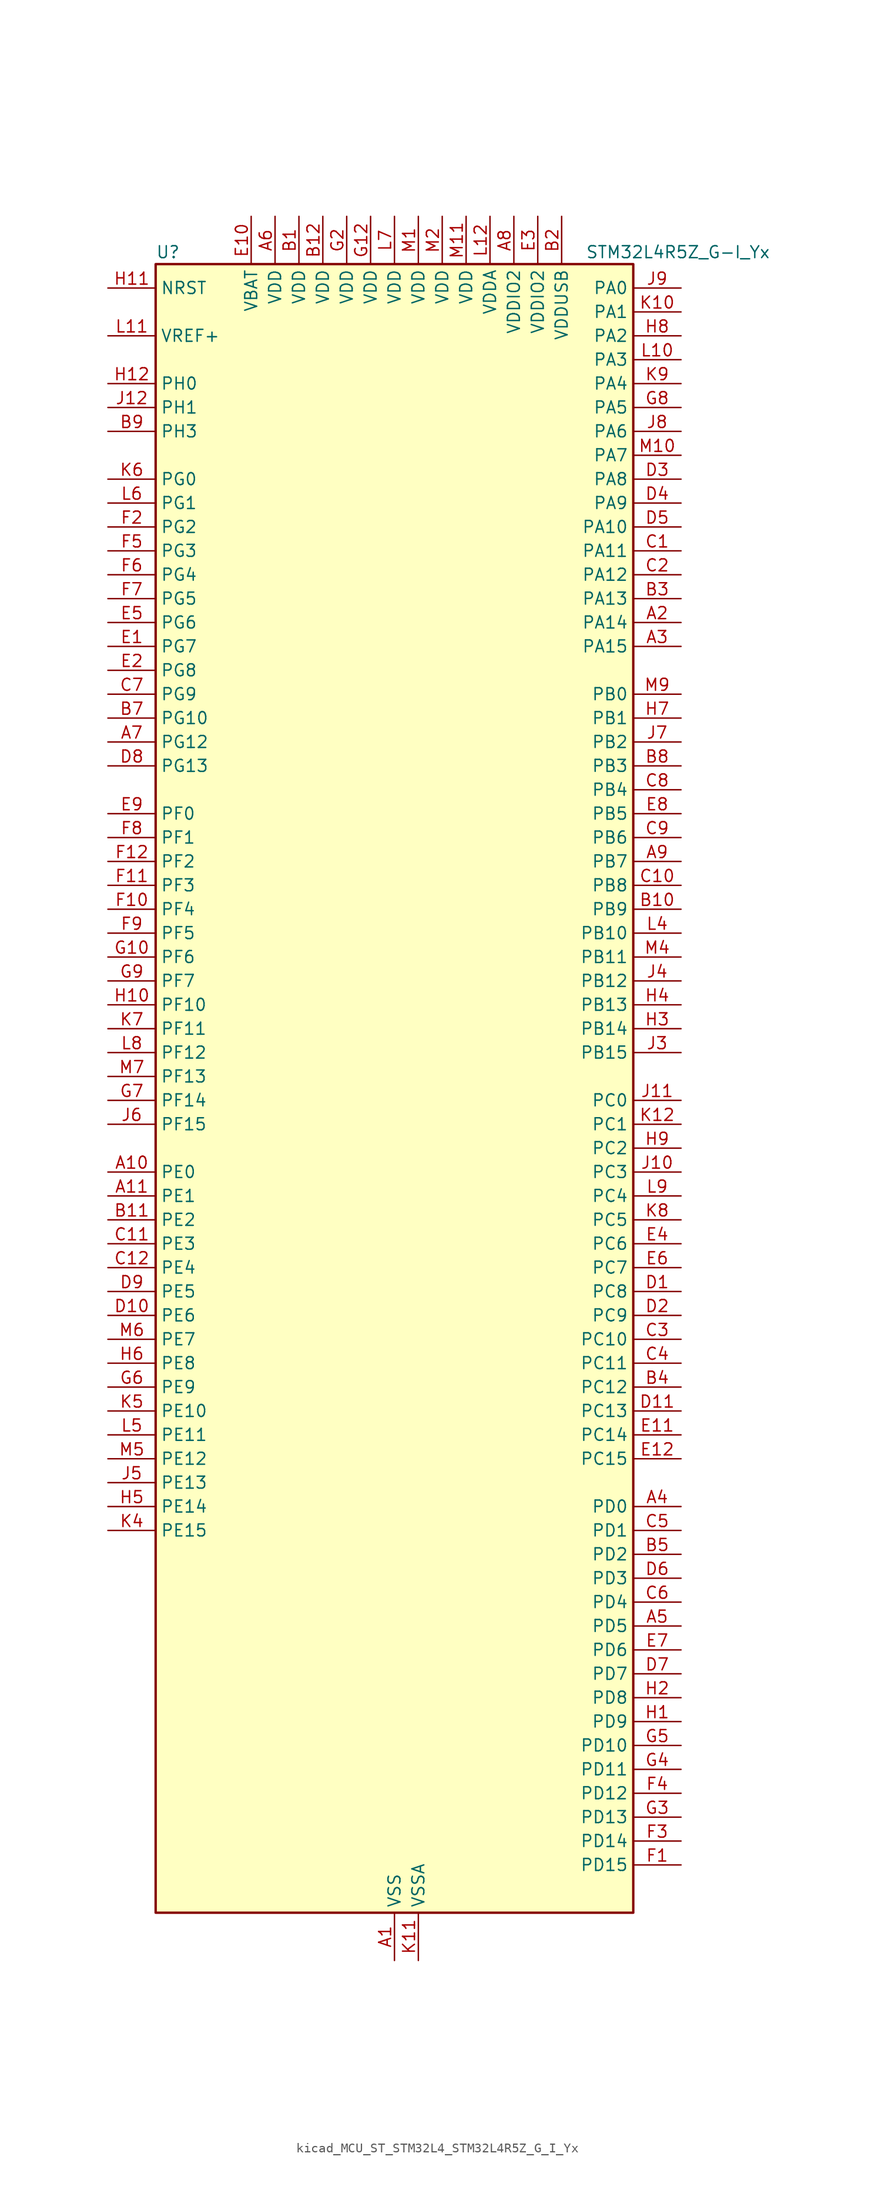
<source format=kicad_sym>
(kicad_symbol_lib
  (version 20220914)
  (generator kicad_symbol_editor)
  (symbol "kicad_MCU_ST_STM32L4_STM32L4R5Z_G_I_Yx"
    (property "Reference" "U"
      (at -25.4 90.17 0)
      (effects (font (size 1.27 1.27)) (justify left)))
    (property "Value" "STM32L4R5Z_G-I_Yx"
      (at 20.32 90.17 0)
      (effects (font (size 1.27 1.27)) (justify left)))
    (property "ki_locked" ""
      (at 0 0 0)
      (effects (font (size 1.27 1.27))))
    (symbol "kicad_MCU_ST_STM32L4_STM32L4R5Z_G_I_Yx_0_1"
      (rectangle (start -25.4 -86.36) (end 25.4 88.9) (stroke (width 0.254) (type default)) (fill (type background))))
    (symbol "kicad_MCU_ST_STM32L4_STM32L4R5Z_G_I_Yx_1_1"
      (pin power_in line (at 0 -91.44 90) (length 5.08) (name "VSS" (effects (font (size 1.27 1.27)))) (number "A1" (effects (font (size 1.27 1.27)))))
      (pin bidirectional line (at -30.48 -7.62 0) (length 5.08) (name "PE0" (effects (font (size 1.27 1.27)))) (number "A10" (effects (font (size 1.27 1.27)))) (alternate "DCMI_D2" bidirectional line) (alternate "FMC_NBL0" bidirectional line) (alternate "TIM16_CH1" bidirectional line) (alternate "TIM4_ETR" bidirectional line))
      (pin bidirectional line (at -30.48 -10.16 0) (length 5.08) (name "PE1" (effects (font (size 1.27 1.27)))) (number "A11" (effects (font (size 1.27 1.27)))) (alternate "DCMI_D3" bidirectional line) (alternate "FMC_NBL1" bidirectional line) (alternate "TIM17_CH1" bidirectional line))
      (pin passive line (at 0 -91.44 90) (length 5.08) hide (name "VSS" (effects (font (size 1.27 1.27)))) (number "A12" (effects (font (size 1.27 1.27)))))
      (pin bidirectional line (at 30.48 50.8 180) (length 5.08) (name "PA14" (effects (font (size 1.27 1.27)))) (number "A2" (effects (font (size 1.27 1.27)))) (alternate "I2C1_SMBA" bidirectional line) (alternate "I2C4_SMBA" bidirectional line) (alternate "LPTIM1_OUT" bidirectional line) (alternate "SAI1_FS_B" bidirectional line) (alternate "SYS_JTCK-SWCLK" bidirectional line) (alternate "USB_OTG_FS_SOF" bidirectional line))
      (pin bidirectional line (at 30.48 48.26 180) (length 5.08) (name "PA15" (effects (font (size 1.27 1.27)))) (number "A3" (effects (font (size 1.27 1.27)))) (alternate "ADC1_EXTI15" bidirectional line) (alternate "SAI2_FS_B" bidirectional line) (alternate "SPI1_NSS" bidirectional line) (alternate "SPI3_NSS" bidirectional line) (alternate "SYS_JTDI" bidirectional line) (alternate "TIM2_CH1" bidirectional line) (alternate "TIM2_ETR" bidirectional line) (alternate "TSC_G3_IO1" bidirectional line) (alternate "UART4_DE" bidirectional line) (alternate "UART4_RTS" bidirectional line) (alternate "USART2_RX" bidirectional line) (alternate "USART3_DE" bidirectional line) (alternate "USART3_RTS" bidirectional line))
      (pin bidirectional line (at 30.48 -43.18 180) (length 5.08) (name "PD0" (effects (font (size 1.27 1.27)))) (number "A4" (effects (font (size 1.27 1.27)))) (alternate "CAN1_RX" bidirectional line) (alternate "DFSDM1_DATIN7" bidirectional line) (alternate "FMC_D2" bidirectional line) (alternate "FMC_DA2" bidirectional line) (alternate "SPI2_NSS" bidirectional line))
      (pin bidirectional line (at 30.48 -55.88 180) (length 5.08) (name "PD5" (effects (font (size 1.27 1.27)))) (number "A5" (effects (font (size 1.27 1.27)))) (alternate "FMC_NWE" bidirectional line) (alternate "OCTOSPIM_P1_IO5" bidirectional line) (alternate "USART2_TX" bidirectional line))
      (pin power_in line (at -12.7 93.98 270) (length 5.08) (name "VDD" (effects (font (size 1.27 1.27)))) (number "A6" (effects (font (size 1.27 1.27)))))
      (pin bidirectional line (at -30.48 38.1 0) (length 5.08) (name "PG12" (effects (font (size 1.27 1.27)))) (number "A7" (effects (font (size 1.27 1.27)))) (alternate "FMC_NE4" bidirectional line) (alternate "LPTIM1_ETR" bidirectional line) (alternate "OCTOSPIM_P2_NCS" bidirectional line) (alternate "SAI2_SD_A" bidirectional line) (alternate "SPI3_NSS" bidirectional line) (alternate "USART1_DE" bidirectional line) (alternate "USART1_RTS" bidirectional line))
      (pin power_in line (at 12.7 93.98 270) (length 5.08) (name "VDDIO2" (effects (font (size 1.27 1.27)))) (number "A8" (effects (font (size 1.27 1.27)))))
      (pin bidirectional line (at 30.48 25.4 180) (length 5.08) (name "PB7" (effects (font (size 1.27 1.27)))) (number "A9" (effects (font (size 1.27 1.27)))) (alternate "COMP2_INM" bidirectional line) (alternate "DCMI_VSYNC" bidirectional line) (alternate "DFSDM1_CKIN5" bidirectional line) (alternate "FMC_NL" bidirectional line) (alternate "I2C1_SDA" bidirectional line) (alternate "I2C4_SDA" bidirectional line) (alternate "LPTIM1_IN2" bidirectional line) (alternate "SYS_PVD_IN" bidirectional line) (alternate "TIM17_CH1N" bidirectional line) (alternate "TIM4_CH2" bidirectional line) (alternate "TIM8_BKIN" bidirectional line) (alternate "TSC_G2_IO4" bidirectional line) (alternate "UART4_CTS" bidirectional line) (alternate "USART1_RX" bidirectional line))
      (pin power_in line (at -10.16 93.98 270) (length 5.08) (name "VDD" (effects (font (size 1.27 1.27)))) (number "B1" (effects (font (size 1.27 1.27)))))
      (pin bidirectional line (at 30.48 20.32 180) (length 5.08) (name "PB9" (effects (font (size 1.27 1.27)))) (number "B10" (effects (font (size 1.27 1.27)))) (alternate "CAN1_TX" bidirectional line) (alternate "DAC1_EXTI9" bidirectional line) (alternate "DCMI_D7" bidirectional line) (alternate "DFSDM1_CKIN6" bidirectional line) (alternate "I2C1_SDA" bidirectional line) (alternate "IR_OUT" bidirectional line) (alternate "SAI1_D2" bidirectional line) (alternate "SAI1_FS_A" bidirectional line) (alternate "SDMMC1_CDIR" bidirectional line) (alternate "SDMMC1_D5" bidirectional line) (alternate "SPI2_NSS" bidirectional line) (alternate "TIM17_CH1" bidirectional line) (alternate "TIM4_CH4" bidirectional line))
      (pin bidirectional line (at -30.48 -12.7 0) (length 5.08) (name "PE2" (effects (font (size 1.27 1.27)))) (number "B11" (effects (font (size 1.27 1.27)))) (alternate "FMC_A23" bidirectional line) (alternate "SAI1_CK1" bidirectional line) (alternate "SAI1_MCLK_A" bidirectional line) (alternate "SYS_TRACECLK" bidirectional line) (alternate "TIM3_ETR" bidirectional line) (alternate "TSC_G7_IO1" bidirectional line))
      (pin power_in line (at -7.62 93.98 270) (length 5.08) (name "VDD" (effects (font (size 1.27 1.27)))) (number "B12" (effects (font (size 1.27 1.27)))))
      (pin power_in line (at 17.78 93.98 270) (length 5.08) (name "VDDUSB" (effects (font (size 1.27 1.27)))) (number "B2" (effects (font (size 1.27 1.27)))))
      (pin bidirectional line (at 30.48 53.34 180) (length 5.08) (name "PA13" (effects (font (size 1.27 1.27)))) (number "B3" (effects (font (size 1.27 1.27)))) (alternate "IR_OUT" bidirectional line) (alternate "SAI1_SD_B" bidirectional line) (alternate "SYS_JTMS-SWDIO" bidirectional line) (alternate "USB_OTG_FS_NOE" bidirectional line))
      (pin bidirectional line (at 30.48 -30.48 180) (length 5.08) (name "PC12" (effects (font (size 1.27 1.27)))) (number "B4" (effects (font (size 1.27 1.27)))) (alternate "DCMI_D9" bidirectional line) (alternate "SAI2_SD_B" bidirectional line) (alternate "SDMMC1_CK" bidirectional line) (alternate "SPI3_MOSI" bidirectional line) (alternate "SYS_TRACED3" bidirectional line) (alternate "TSC_G3_IO4" bidirectional line) (alternate "UART5_TX" bidirectional line) (alternate "USART3_CK" bidirectional line))
      (pin bidirectional line (at 30.48 -48.26 180) (length 5.08) (name "PD2" (effects (font (size 1.27 1.27)))) (number "B5" (effects (font (size 1.27 1.27)))) (alternate "DCMI_D11" bidirectional line) (alternate "SDMMC1_CMD" bidirectional line) (alternate "SYS_TRACED2" bidirectional line) (alternate "TIM3_ETR" bidirectional line) (alternate "TSC_SYNC" bidirectional line) (alternate "UART5_RX" bidirectional line) (alternate "USART3_DE" bidirectional line) (alternate "USART3_RTS" bidirectional line))
      (pin passive line (at 0 -91.44 90) (length 5.08) hide (name "VSS" (effects (font (size 1.27 1.27)))) (number "B6" (effects (font (size 1.27 1.27)))))
      (pin bidirectional line (at -30.48 40.64 0) (length 5.08) (name "PG10" (effects (font (size 1.27 1.27)))) (number "B7" (effects (font (size 1.27 1.27)))) (alternate "FMC_NE3" bidirectional line) (alternate "LPTIM1_IN1" bidirectional line) (alternate "OCTOSPIM_P2_IO7" bidirectional line) (alternate "SAI2_FS_A" bidirectional line) (alternate "SPI3_MISO" bidirectional line) (alternate "TIM15_CH1" bidirectional line) (alternate "USART1_RX" bidirectional line))
      (pin bidirectional line (at 30.48 35.56 180) (length 5.08) (name "PB3" (effects (font (size 1.27 1.27)))) (number "B8" (effects (font (size 1.27 1.27)))) (alternate "COMP2_INM" bidirectional line) (alternate "CRS_SYNC" bidirectional line) (alternate "SAI1_SCK_B" bidirectional line) (alternate "SPI1_SCK" bidirectional line) (alternate "SPI3_SCK" bidirectional line) (alternate "SYS_JTDO-SWO" bidirectional line) (alternate "TIM2_CH2" bidirectional line) (alternate "USART1_DE" bidirectional line) (alternate "USART1_RTS" bidirectional line))
      (pin bidirectional line (at -30.48 71.12 0) (length 5.08) (name "PH3" (effects (font (size 1.27 1.27)))) (number "B9" (effects (font (size 1.27 1.27)))))
      (pin bidirectional line (at 30.48 58.42 180) (length 5.08) (name "PA11" (effects (font (size 1.27 1.27)))) (number "C1" (effects (font (size 1.27 1.27)))) (alternate "ADC1_EXTI11" bidirectional line) (alternate "CAN1_RX" bidirectional line) (alternate "SPI1_MISO" bidirectional line) (alternate "TIM1_BKIN2" bidirectional line) (alternate "TIM1_CH4" bidirectional line) (alternate "USART1_CTS" bidirectional line) (alternate "USART1_NSS" bidirectional line) (alternate "USB_OTG_FS_DM" bidirectional line))
      (pin bidirectional line (at 30.48 22.86 180) (length 5.08) (name "PB8" (effects (font (size 1.27 1.27)))) (number "C10" (effects (font (size 1.27 1.27)))) (alternate "CAN1_RX" bidirectional line) (alternate "DCMI_D6" bidirectional line) (alternate "DFSDM1_CKOUT" bidirectional line) (alternate "DFSDM1_DATIN6" bidirectional line) (alternate "I2C1_SCL" bidirectional line) (alternate "SAI1_CK1" bidirectional line) (alternate "SAI1_MCLK_A" bidirectional line) (alternate "SDMMC1_CKIN" bidirectional line) (alternate "SDMMC1_D4" bidirectional line) (alternate "TIM16_CH1" bidirectional line) (alternate "TIM4_CH3" bidirectional line))
      (pin bidirectional line (at -30.48 -15.24 0) (length 5.08) (name "PE3" (effects (font (size 1.27 1.27)))) (number "C11" (effects (font (size 1.27 1.27)))) (alternate "FMC_A19" bidirectional line) (alternate "OCTOSPIM_P1_DQS" bidirectional line) (alternate "SAI1_SD_B" bidirectional line) (alternate "SYS_TRACED0" bidirectional line) (alternate "TIM3_CH1" bidirectional line) (alternate "TSC_G7_IO2" bidirectional line))
      (pin bidirectional line (at -30.48 -17.78 0) (length 5.08) (name "PE4" (effects (font (size 1.27 1.27)))) (number "C12" (effects (font (size 1.27 1.27)))) (alternate "DCMI_D4" bidirectional line) (alternate "DFSDM1_DATIN3" bidirectional line) (alternate "FMC_A20" bidirectional line) (alternate "SAI1_D2" bidirectional line) (alternate "SAI1_FS_A" bidirectional line) (alternate "SYS_TRACED1" bidirectional line) (alternate "TIM3_CH2" bidirectional line) (alternate "TSC_G7_IO3" bidirectional line))
      (pin bidirectional line (at 30.48 55.88 180) (length 5.08) (name "PA12" (effects (font (size 1.27 1.27)))) (number "C2" (effects (font (size 1.27 1.27)))) (alternate "CAN1_TX" bidirectional line) (alternate "SPI1_MOSI" bidirectional line) (alternate "TIM1_ETR" bidirectional line) (alternate "USART1_DE" bidirectional line) (alternate "USART1_RTS" bidirectional line) (alternate "USB_OTG_FS_DP" bidirectional line))
      (pin bidirectional line (at 30.48 -25.4 180) (length 5.08) (name "PC10" (effects (font (size 1.27 1.27)))) (number "C3" (effects (font (size 1.27 1.27)))) (alternate "DCMI_D8" bidirectional line) (alternate "SAI2_SCK_B" bidirectional line) (alternate "SDMMC1_D2" bidirectional line) (alternate "SPI3_SCK" bidirectional line) (alternate "SYS_TRACED1" bidirectional line) (alternate "TSC_G3_IO2" bidirectional line) (alternate "UART4_TX" bidirectional line) (alternate "USART3_TX" bidirectional line))
      (pin bidirectional line (at 30.48 -27.94 180) (length 5.08) (name "PC11" (effects (font (size 1.27 1.27)))) (number "C4" (effects (font (size 1.27 1.27)))) (alternate "ADC1_EXTI11" bidirectional line) (alternate "DCMI_D2" bidirectional line) (alternate "DCMI_D4" bidirectional line) (alternate "OCTOSPIM_P1_NCS" bidirectional line) (alternate "SAI2_MCLK_B" bidirectional line) (alternate "SDMMC1_D3" bidirectional line) (alternate "SPI3_MISO" bidirectional line) (alternate "TSC_G3_IO3" bidirectional line) (alternate "UART4_RX" bidirectional line) (alternate "USART3_RX" bidirectional line))
      (pin bidirectional line (at 30.48 -45.72 180) (length 5.08) (name "PD1" (effects (font (size 1.27 1.27)))) (number "C5" (effects (font (size 1.27 1.27)))) (alternate "CAN1_TX" bidirectional line) (alternate "DFSDM1_CKIN7" bidirectional line) (alternate "FMC_D3" bidirectional line) (alternate "FMC_DA3" bidirectional line) (alternate "SPI2_SCK" bidirectional line))
      (pin bidirectional line (at 30.48 -53.34 180) (length 5.08) (name "PD4" (effects (font (size 1.27 1.27)))) (number "C6" (effects (font (size 1.27 1.27)))) (alternate "DFSDM1_CKIN0" bidirectional line) (alternate "FMC_NOE" bidirectional line) (alternate "OCTOSPIM_P1_IO4" bidirectional line) (alternate "SPI2_MOSI" bidirectional line) (alternate "USART2_DE" bidirectional line) (alternate "USART2_RTS" bidirectional line))
      (pin bidirectional line (at -30.48 43.18 0) (length 5.08) (name "PG9" (effects (font (size 1.27 1.27)))) (number "C7" (effects (font (size 1.27 1.27)))) (alternate "DAC1_EXTI9" bidirectional line) (alternate "FMC_NCE" bidirectional line) (alternate "FMC_NE2" bidirectional line) (alternate "OCTOSPIM_P2_IO6" bidirectional line) (alternate "SAI2_SCK_A" bidirectional line) (alternate "SPI3_SCK" bidirectional line) (alternate "TIM15_CH1N" bidirectional line) (alternate "USART1_TX" bidirectional line))
      (pin bidirectional line (at 30.48 33.02 180) (length 5.08) (name "PB4" (effects (font (size 1.27 1.27)))) (number "C8" (effects (font (size 1.27 1.27)))) (alternate "COMP2_INP" bidirectional line) (alternate "DCMI_D12" bidirectional line) (alternate "I2C3_SDA" bidirectional line) (alternate "SAI1_MCLK_B" bidirectional line) (alternate "SPI1_MISO" bidirectional line) (alternate "SPI3_MISO" bidirectional line) (alternate "SYS_JTRST" bidirectional line) (alternate "TIM17_BKIN" bidirectional line) (alternate "TIM3_CH1" bidirectional line) (alternate "TSC_G2_IO1" bidirectional line) (alternate "UART5_DE" bidirectional line) (alternate "UART5_RTS" bidirectional line) (alternate "USART1_CTS" bidirectional line) (alternate "USART1_NSS" bidirectional line))
      (pin bidirectional line (at 30.48 27.94 180) (length 5.08) (name "PB6" (effects (font (size 1.27 1.27)))) (number "C9" (effects (font (size 1.27 1.27)))) (alternate "COMP2_INP" bidirectional line) (alternate "DCMI_D5" bidirectional line) (alternate "DFSDM1_DATIN5" bidirectional line) (alternate "I2C1_SCL" bidirectional line) (alternate "I2C4_SCL" bidirectional line) (alternate "LPTIM1_ETR" bidirectional line) (alternate "SAI1_FS_B" bidirectional line) (alternate "TIM16_CH1N" bidirectional line) (alternate "TIM4_CH1" bidirectional line) (alternate "TIM8_BKIN2" bidirectional line) (alternate "TSC_G2_IO3" bidirectional line) (alternate "USART1_TX" bidirectional line))
      (pin bidirectional line (at 30.48 -20.32 180) (length 5.08) (name "PC8" (effects (font (size 1.27 1.27)))) (number "D1" (effects (font (size 1.27 1.27)))) (alternate "DCMI_D2" bidirectional line) (alternate "SDMMC1_D0" bidirectional line) (alternate "TIM3_CH3" bidirectional line) (alternate "TIM8_CH3" bidirectional line) (alternate "TSC_G4_IO3" bidirectional line))
      (pin bidirectional line (at -30.48 -22.86 0) (length 5.08) (name "PE6" (effects (font (size 1.27 1.27)))) (number "D10" (effects (font (size 1.27 1.27)))) (alternate "DCMI_D7" bidirectional line) (alternate "FMC_A22" bidirectional line) (alternate "RTC_TAMP3" bidirectional line) (alternate "SAI1_D1" bidirectional line) (alternate "SAI1_SD_A" bidirectional line) (alternate "SYS_TRACED3" bidirectional line) (alternate "SYS_WKUP3" bidirectional line) (alternate "TIM3_CH4" bidirectional line))
      (pin bidirectional line (at 30.48 -33.02 180) (length 5.08) (name "PC13" (effects (font (size 1.27 1.27)))) (number "D11" (effects (font (size 1.27 1.27)))) (alternate "RTC_OUT_ALARM" bidirectional line) (alternate "RTC_OUT_CALIB" bidirectional line) (alternate "RTC_TAMP1" bidirectional line) (alternate "RTC_TS" bidirectional line) (alternate "SYS_WKUP2" bidirectional line))
      (pin passive line (at 0 -91.44 90) (length 5.08) hide (name "VSS" (effects (font (size 1.27 1.27)))) (number "D12" (effects (font (size 1.27 1.27)))))
      (pin bidirectional line (at 30.48 -22.86 180) (length 5.08) (name "PC9" (effects (font (size 1.27 1.27)))) (number "D2" (effects (font (size 1.27 1.27)))) (alternate "DAC1_EXTI9" bidirectional line) (alternate "DCMI_D3" bidirectional line) (alternate "I2C3_SDA" bidirectional line) (alternate "SAI2_EXTCLK" bidirectional line) (alternate "SDMMC1_D1" bidirectional line) (alternate "SYS_TRACED0" bidirectional line) (alternate "TIM3_CH4" bidirectional line) (alternate "TIM8_BKIN2" bidirectional line) (alternate "TIM8_CH4" bidirectional line) (alternate "TSC_G4_IO4" bidirectional line) (alternate "USB_OTG_FS_NOE" bidirectional line))
      (pin bidirectional line (at 30.48 66.04 180) (length 5.08) (name "PA8" (effects (font (size 1.27 1.27)))) (number "D3" (effects (font (size 1.27 1.27)))) (alternate "LPTIM2_OUT" bidirectional line) (alternate "RCC_MCO" bidirectional line) (alternate "SAI1_CK2" bidirectional line) (alternate "SAI1_SCK_A" bidirectional line) (alternate "TIM1_CH1" bidirectional line) (alternate "USART1_CK" bidirectional line) (alternate "USB_OTG_FS_SOF" bidirectional line))
      (pin bidirectional line (at 30.48 63.5 180) (length 5.08) (name "PA9" (effects (font (size 1.27 1.27)))) (number "D4" (effects (font (size 1.27 1.27)))) (alternate "DAC1_EXTI9" bidirectional line) (alternate "DCMI_D0" bidirectional line) (alternate "SAI1_FS_A" bidirectional line) (alternate "SPI2_SCK" bidirectional line) (alternate "TIM15_BKIN" bidirectional line) (alternate "TIM1_CH2" bidirectional line) (alternate "USART1_TX" bidirectional line) (alternate "USB_OTG_FS_VBUS" bidirectional line))
      (pin bidirectional line (at 30.48 60.96 180) (length 5.08) (name "PA10" (effects (font (size 1.27 1.27)))) (number "D5" (effects (font (size 1.27 1.27)))) (alternate "DCMI_D1" bidirectional line) (alternate "SAI1_D1" bidirectional line) (alternate "SAI1_SD_A" bidirectional line) (alternate "TIM17_BKIN" bidirectional line) (alternate "TIM1_CH3" bidirectional line) (alternate "USART1_RX" bidirectional line) (alternate "USB_OTG_FS_ID" bidirectional line))
      (pin bidirectional line (at 30.48 -50.8 180) (length 5.08) (name "PD3" (effects (font (size 1.27 1.27)))) (number "D6" (effects (font (size 1.27 1.27)))) (alternate "DCMI_D5" bidirectional line) (alternate "DFSDM1_DATIN0" bidirectional line) (alternate "FMC_CLK" bidirectional line) (alternate "OCTOSPIM_P2_NCS" bidirectional line) (alternate "SPI2_MISO" bidirectional line) (alternate "SPI2_SCK" bidirectional line) (alternate "USART2_CTS" bidirectional line) (alternate "USART2_NSS" bidirectional line))
      (pin bidirectional line (at 30.48 -60.96 180) (length 5.08) (name "PD7" (effects (font (size 1.27 1.27)))) (number "D7" (effects (font (size 1.27 1.27)))) (alternate "DFSDM1_CKIN1" bidirectional line) (alternate "FMC_NCE" bidirectional line) (alternate "FMC_NE1" bidirectional line) (alternate "OCTOSPIM_P1_IO7" bidirectional line) (alternate "USART2_CK" bidirectional line))
      (pin bidirectional line (at -30.48 35.56 0) (length 5.08) (name "PG13" (effects (font (size 1.27 1.27)))) (number "D8" (effects (font (size 1.27 1.27)))) (alternate "FMC_A24" bidirectional line) (alternate "I2C1_SDA" bidirectional line) (alternate "USART1_CK" bidirectional line))
      (pin bidirectional line (at -30.48 -20.32 0) (length 5.08) (name "PE5" (effects (font (size 1.27 1.27)))) (number "D9" (effects (font (size 1.27 1.27)))) (alternate "DCMI_D6" bidirectional line) (alternate "DFSDM1_CKIN3" bidirectional line) (alternate "FMC_A21" bidirectional line) (alternate "SAI1_CK2" bidirectional line) (alternate "SAI1_SCK_A" bidirectional line) (alternate "SYS_TRACED2" bidirectional line) (alternate "TIM3_CH3" bidirectional line) (alternate "TSC_G7_IO4" bidirectional line))
      (pin bidirectional line (at -30.48 48.26 0) (length 5.08) (name "PG7" (effects (font (size 1.27 1.27)))) (number "E1" (effects (font (size 1.27 1.27)))) (alternate "DFSDM1_CKOUT" bidirectional line) (alternate "FMC_INT" bidirectional line) (alternate "I2C3_SCL" bidirectional line) (alternate "LPUART1_TX" bidirectional line) (alternate "OCTOSPIM_P2_DQS" bidirectional line) (alternate "SAI1_CK1" bidirectional line) (alternate "SAI1_MCLK_A" bidirectional line))
      (pin power_in line (at -15.24 93.98 270) (length 5.08) (name "VBAT" (effects (font (size 1.27 1.27)))) (number "E10" (effects (font (size 1.27 1.27)))))
      (pin bidirectional line (at 30.48 -35.56 180) (length 5.08) (name "PC14" (effects (font (size 1.27 1.27)))) (number "E11" (effects (font (size 1.27 1.27)))) (alternate "RCC_OSC32_IN" bidirectional line))
      (pin bidirectional line (at 30.48 -38.1 180) (length 5.08) (name "PC15" (effects (font (size 1.27 1.27)))) (number "E12" (effects (font (size 1.27 1.27)))) (alternate "ADC1_EXTI15" bidirectional line) (alternate "RCC_OSC32_OUT" bidirectional line))
      (pin bidirectional line (at -30.48 45.72 0) (length 5.08) (name "PG8" (effects (font (size 1.27 1.27)))) (number "E2" (effects (font (size 1.27 1.27)))) (alternate "I2C3_SDA" bidirectional line) (alternate "LPUART1_RX" bidirectional line))
      (pin power_in line (at 15.24 93.98 270) (length 5.08) (name "VDDIO2" (effects (font (size 1.27 1.27)))) (number "E3" (effects (font (size 1.27 1.27)))))
      (pin bidirectional line (at 30.48 -15.24 180) (length 5.08) (name "PC6" (effects (font (size 1.27 1.27)))) (number "E4" (effects (font (size 1.27 1.27)))) (alternate "DCMI_D0" bidirectional line) (alternate "DFSDM1_CKIN3" bidirectional line) (alternate "SAI2_MCLK_A" bidirectional line) (alternate "SDMMC1_D0DIR" bidirectional line) (alternate "SDMMC1_D6" bidirectional line) (alternate "TIM3_CH1" bidirectional line) (alternate "TIM8_CH1" bidirectional line) (alternate "TSC_G4_IO1" bidirectional line))
      (pin bidirectional line (at -30.48 50.8 0) (length 5.08) (name "PG6" (effects (font (size 1.27 1.27)))) (number "E5" (effects (font (size 1.27 1.27)))) (alternate "I2C3_SMBA" bidirectional line) (alternate "LPUART1_DE" bidirectional line) (alternate "LPUART1_RTS" bidirectional line) (alternate "OCTOSPIM_P1_DQS" bidirectional line))
      (pin bidirectional line (at 30.48 -17.78 180) (length 5.08) (name "PC7" (effects (font (size 1.27 1.27)))) (number "E6" (effects (font (size 1.27 1.27)))) (alternate "DCMI_D1" bidirectional line) (alternate "DFSDM1_DATIN3" bidirectional line) (alternate "SAI2_MCLK_B" bidirectional line) (alternate "SDMMC1_D123DIR" bidirectional line) (alternate "SDMMC1_D7" bidirectional line) (alternate "TIM3_CH2" bidirectional line) (alternate "TIM8_CH2" bidirectional line) (alternate "TSC_G4_IO2" bidirectional line))
      (pin bidirectional line (at 30.48 -58.42 180) (length 5.08) (name "PD6" (effects (font (size 1.27 1.27)))) (number "E7" (effects (font (size 1.27 1.27)))) (alternate "DCMI_D10" bidirectional line) (alternate "DFSDM1_DATIN1" bidirectional line) (alternate "FMC_NWAIT" bidirectional line) (alternate "OCTOSPIM_P1_IO6" bidirectional line) (alternate "SAI1_D1" bidirectional line) (alternate "SAI1_SD_A" bidirectional line) (alternate "SPI3_MOSI" bidirectional line) (alternate "USART2_RX" bidirectional line))
      (pin bidirectional line (at 30.48 30.48 180) (length 5.08) (name "PB5" (effects (font (size 1.27 1.27)))) (number "E8" (effects (font (size 1.27 1.27)))) (alternate "COMP2_OUT" bidirectional line) (alternate "DCMI_D10" bidirectional line) (alternate "I2C1_SMBA" bidirectional line) (alternate "LPTIM1_IN1" bidirectional line) (alternate "SAI1_SD_B" bidirectional line) (alternate "SPI1_MOSI" bidirectional line) (alternate "SPI3_MOSI" bidirectional line) (alternate "TIM16_BKIN" bidirectional line) (alternate "TIM3_CH2" bidirectional line) (alternate "TSC_G2_IO2" bidirectional line) (alternate "UART5_CTS" bidirectional line) (alternate "USART1_CK" bidirectional line))
      (pin bidirectional line (at -30.48 30.48 0) (length 5.08) (name "PF0" (effects (font (size 1.27 1.27)))) (number "E9" (effects (font (size 1.27 1.27)))) (alternate "FMC_A0" bidirectional line) (alternate "I2C2_SDA" bidirectional line) (alternate "OCTOSPIM_P2_IO0" bidirectional line))
      (pin bidirectional line (at 30.48 -81.28 180) (length 5.08) (name "PD15" (effects (font (size 1.27 1.27)))) (number "F1" (effects (font (size 1.27 1.27)))) (alternate "ADC1_EXTI15" bidirectional line) (alternate "FMC_D1" bidirectional line) (alternate "FMC_DA1" bidirectional line) (alternate "TIM4_CH4" bidirectional line))
      (pin bidirectional line (at -30.48 20.32 0) (length 5.08) (name "PF4" (effects (font (size 1.27 1.27)))) (number "F10" (effects (font (size 1.27 1.27)))) (alternate "FMC_A4" bidirectional line) (alternate "OCTOSPIM_P2_CLK" bidirectional line))
      (pin bidirectional line (at -30.48 22.86 0) (length 5.08) (name "PF3" (effects (font (size 1.27 1.27)))) (number "F11" (effects (font (size 1.27 1.27)))) (alternate "FMC_A3" bidirectional line) (alternate "OCTOSPIM_P2_IO3" bidirectional line))
      (pin bidirectional line (at -30.48 25.4 0) (length 5.08) (name "PF2" (effects (font (size 1.27 1.27)))) (number "F12" (effects (font (size 1.27 1.27)))) (alternate "FMC_A2" bidirectional line) (alternate "I2C2_SMBA" bidirectional line) (alternate "OCTOSPIM_P2_IO2" bidirectional line))
      (pin bidirectional line (at -30.48 60.96 0) (length 5.08) (name "PG2" (effects (font (size 1.27 1.27)))) (number "F2" (effects (font (size 1.27 1.27)))) (alternate "FMC_A12" bidirectional line) (alternate "SAI2_SCK_B" bidirectional line) (alternate "SPI1_SCK" bidirectional line))
      (pin bidirectional line (at 30.48 -78.74 180) (length 5.08) (name "PD14" (effects (font (size 1.27 1.27)))) (number "F3" (effects (font (size 1.27 1.27)))) (alternate "FMC_D0" bidirectional line) (alternate "FMC_DA0" bidirectional line) (alternate "TIM4_CH3" bidirectional line))
      (pin bidirectional line (at 30.48 -73.66 180) (length 5.08) (name "PD12" (effects (font (size 1.27 1.27)))) (number "F4" (effects (font (size 1.27 1.27)))) (alternate "FMC_A17" bidirectional line) (alternate "FMC_ALE" bidirectional line) (alternate "I2C4_SCL" bidirectional line) (alternate "LPTIM2_IN1" bidirectional line) (alternate "SAI2_FS_A" bidirectional line) (alternate "TIM4_CH1" bidirectional line) (alternate "TSC_G6_IO3" bidirectional line) (alternate "USART3_DE" bidirectional line) (alternate "USART3_RTS" bidirectional line))
      (pin bidirectional line (at -30.48 58.42 0) (length 5.08) (name "PG3" (effects (font (size 1.27 1.27)))) (number "F5" (effects (font (size 1.27 1.27)))) (alternate "FMC_A13" bidirectional line) (alternate "SAI2_FS_B" bidirectional line) (alternate "SPI1_MISO" bidirectional line))
      (pin bidirectional line (at -30.48 55.88 0) (length 5.08) (name "PG4" (effects (font (size 1.27 1.27)))) (number "F6" (effects (font (size 1.27 1.27)))) (alternate "FMC_A14" bidirectional line) (alternate "SAI2_MCLK_B" bidirectional line) (alternate "SPI1_MOSI" bidirectional line))
      (pin bidirectional line (at -30.48 53.34 0) (length 5.08) (name "PG5" (effects (font (size 1.27 1.27)))) (number "F7" (effects (font (size 1.27 1.27)))) (alternate "FMC_A15" bidirectional line) (alternate "LPUART1_CTS" bidirectional line) (alternate "SAI2_SD_B" bidirectional line) (alternate "SPI1_NSS" bidirectional line))
      (pin bidirectional line (at -30.48 27.94 0) (length 5.08) (name "PF1" (effects (font (size 1.27 1.27)))) (number "F8" (effects (font (size 1.27 1.27)))) (alternate "FMC_A1" bidirectional line) (alternate "I2C2_SCL" bidirectional line) (alternate "OCTOSPIM_P2_IO1" bidirectional line))
      (pin bidirectional line (at -30.48 17.78 0) (length 5.08) (name "PF5" (effects (font (size 1.27 1.27)))) (number "F9" (effects (font (size 1.27 1.27)))) (alternate "FMC_A5" bidirectional line))
      (pin passive line (at 0 -91.44 90) (length 5.08) hide (name "VSS" (effects (font (size 1.27 1.27)))) (number "G1" (effects (font (size 1.27 1.27)))))
      (pin bidirectional line (at -30.48 15.24 0) (length 5.08) (name "PF6" (effects (font (size 1.27 1.27)))) (number "G10" (effects (font (size 1.27 1.27)))) (alternate "OCTOSPIM_P1_IO3" bidirectional line) (alternate "SAI1_SD_B" bidirectional line) (alternate "TIM5_CH1" bidirectional line) (alternate "TIM5_ETR" bidirectional line))
      (pin passive line (at 0 -91.44 90) (length 5.08) hide (name "VSS" (effects (font (size 1.27 1.27)))) (number "G11" (effects (font (size 1.27 1.27)))))
      (pin power_in line (at -2.54 93.98 270) (length 5.08) (name "VDD" (effects (font (size 1.27 1.27)))) (number "G12" (effects (font (size 1.27 1.27)))))
      (pin power_in line (at -5.08 93.98 270) (length 5.08) (name "VDD" (effects (font (size 1.27 1.27)))) (number "G2" (effects (font (size 1.27 1.27)))))
      (pin bidirectional line (at 30.48 -76.2 180) (length 5.08) (name "PD13" (effects (font (size 1.27 1.27)))) (number "G3" (effects (font (size 1.27 1.27)))) (alternate "FMC_A18" bidirectional line) (alternate "I2C4_SDA" bidirectional line) (alternate "LPTIM2_OUT" bidirectional line) (alternate "TIM4_CH2" bidirectional line) (alternate "TSC_G6_IO4" bidirectional line))
      (pin bidirectional line (at 30.48 -71.12 180) (length 5.08) (name "PD11" (effects (font (size 1.27 1.27)))) (number "G4" (effects (font (size 1.27 1.27)))) (alternate "ADC1_EXTI11" bidirectional line) (alternate "FMC_A16" bidirectional line) (alternate "FMC_CLE" bidirectional line) (alternate "I2C4_SMBA" bidirectional line) (alternate "LPTIM2_ETR" bidirectional line) (alternate "SAI2_SD_A" bidirectional line) (alternate "TSC_G6_IO2" bidirectional line) (alternate "USART3_CTS" bidirectional line) (alternate "USART3_NSS" bidirectional line))
      (pin bidirectional line (at 30.48 -68.58 180) (length 5.08) (name "PD10" (effects (font (size 1.27 1.27)))) (number "G5" (effects (font (size 1.27 1.27)))) (alternate "FMC_D15" bidirectional line) (alternate "FMC_DA15" bidirectional line) (alternate "SAI2_SCK_A" bidirectional line) (alternate "TSC_G6_IO1" bidirectional line) (alternate "USART3_CK" bidirectional line))
      (pin bidirectional line (at -30.48 -30.48 0) (length 5.08) (name "PE9" (effects (font (size 1.27 1.27)))) (number "G6" (effects (font (size 1.27 1.27)))) (alternate "DAC1_EXTI9" bidirectional line) (alternate "DFSDM1_CKOUT" bidirectional line) (alternate "FMC_D6" bidirectional line) (alternate "FMC_DA6" bidirectional line) (alternate "SAI1_FS_B" bidirectional line) (alternate "TIM1_CH1" bidirectional line))
      (pin bidirectional line (at -30.48 0 0) (length 5.08) (name "PF14" (effects (font (size 1.27 1.27)))) (number "G7" (effects (font (size 1.27 1.27)))) (alternate "DFSDM1_CKIN6" bidirectional line) (alternate "FMC_A8" bidirectional line) (alternate "I2C4_SCL" bidirectional line) (alternate "TSC_G8_IO1" bidirectional line))
      (pin bidirectional line (at 30.48 73.66 180) (length 5.08) (name "PA5" (effects (font (size 1.27 1.27)))) (number "G8" (effects (font (size 1.27 1.27)))) (alternate "ADC1_IN10" bidirectional line) (alternate "DAC1_OUT2" bidirectional line) (alternate "LPTIM2_ETR" bidirectional line) (alternate "SPI1_SCK" bidirectional line) (alternate "TIM2_CH1" bidirectional line) (alternate "TIM2_ETR" bidirectional line) (alternate "TIM8_CH1N" bidirectional line))
      (pin bidirectional line (at -30.48 12.7 0) (length 5.08) (name "PF7" (effects (font (size 1.27 1.27)))) (number "G9" (effects (font (size 1.27 1.27)))) (alternate "OCTOSPIM_P1_IO2" bidirectional line) (alternate "SAI1_MCLK_B" bidirectional line) (alternate "TIM5_CH2" bidirectional line))
      (pin bidirectional line (at 30.48 -66.04 180) (length 5.08) (name "PD9" (effects (font (size 1.27 1.27)))) (number "H1" (effects (font (size 1.27 1.27)))) (alternate "DAC1_EXTI9" bidirectional line) (alternate "DCMI_PIXCLK" bidirectional line) (alternate "FMC_D14" bidirectional line) (alternate "FMC_DA14" bidirectional line) (alternate "SAI2_MCLK_A" bidirectional line) (alternate "USART3_RX" bidirectional line))
      (pin bidirectional line (at -30.48 10.16 0) (length 5.08) (name "PF10" (effects (font (size 1.27 1.27)))) (number "H10" (effects (font (size 1.27 1.27)))) (alternate "DCMI_D11" bidirectional line) (alternate "DFSDM1_CKOUT" bidirectional line) (alternate "OCTOSPIM_P1_CLK" bidirectional line) (alternate "SAI1_D3" bidirectional line) (alternate "TIM15_CH2" bidirectional line))
      (pin input line (at -30.48 86.36 0) (length 5.08) (name "NRST" (effects (font (size 1.27 1.27)))) (number "H11" (effects (font (size 1.27 1.27)))))
      (pin bidirectional line (at -30.48 76.2 0) (length 5.08) (name "PH0" (effects (font (size 1.27 1.27)))) (number "H12" (effects (font (size 1.27 1.27)))) (alternate "RCC_OSC_IN" bidirectional line))
      (pin bidirectional line (at 30.48 -63.5 180) (length 5.08) (name "PD8" (effects (font (size 1.27 1.27)))) (number "H2" (effects (font (size 1.27 1.27)))) (alternate "DCMI_HSYNC" bidirectional line) (alternate "FMC_D13" bidirectional line) (alternate "FMC_DA13" bidirectional line) (alternate "USART3_TX" bidirectional line))
      (pin bidirectional line (at 30.48 7.62 180) (length 5.08) (name "PB14" (effects (font (size 1.27 1.27)))) (number "H3" (effects (font (size 1.27 1.27)))) (alternate "DFSDM1_DATIN2" bidirectional line) (alternate "I2C2_SDA" bidirectional line) (alternate "SAI2_MCLK_A" bidirectional line) (alternate "SPI2_MISO" bidirectional line) (alternate "TIM15_CH1" bidirectional line) (alternate "TIM1_CH2N" bidirectional line) (alternate "TIM8_CH2N" bidirectional line) (alternate "TSC_G1_IO3" bidirectional line) (alternate "USART3_DE" bidirectional line) (alternate "USART3_RTS" bidirectional line))
      (pin bidirectional line (at 30.48 10.16 180) (length 5.08) (name "PB13" (effects (font (size 1.27 1.27)))) (number "H4" (effects (font (size 1.27 1.27)))) (alternate "DFSDM1_CKIN1" bidirectional line) (alternate "I2C2_SCL" bidirectional line) (alternate "LPUART1_CTS" bidirectional line) (alternate "SAI2_SCK_A" bidirectional line) (alternate "SPI2_SCK" bidirectional line) (alternate "TIM15_CH1N" bidirectional line) (alternate "TIM1_CH1N" bidirectional line) (alternate "TSC_G1_IO2" bidirectional line) (alternate "USART3_CTS" bidirectional line) (alternate "USART3_NSS" bidirectional line))
      (pin bidirectional line (at -30.48 -43.18 0) (length 5.08) (name "PE14" (effects (font (size 1.27 1.27)))) (number "H5" (effects (font (size 1.27 1.27)))) (alternate "FMC_D11" bidirectional line) (alternate "FMC_DA11" bidirectional line) (alternate "OCTOSPIM_P1_IO2" bidirectional line) (alternate "SPI1_MISO" bidirectional line) (alternate "TIM1_BKIN2" bidirectional line) (alternate "TIM1_CH4" bidirectional line))
      (pin bidirectional line (at -30.48 -27.94 0) (length 5.08) (name "PE8" (effects (font (size 1.27 1.27)))) (number "H6" (effects (font (size 1.27 1.27)))) (alternate "DFSDM1_CKIN2" bidirectional line) (alternate "FMC_D5" bidirectional line) (alternate "FMC_DA5" bidirectional line) (alternate "SAI1_SCK_B" bidirectional line) (alternate "TIM1_CH1N" bidirectional line))
      (pin bidirectional line (at 30.48 40.64 180) (length 5.08) (name "PB1" (effects (font (size 1.27 1.27)))) (number "H7" (effects (font (size 1.27 1.27)))) (alternate "ADC1_IN16" bidirectional line) (alternate "COMP1_INM" bidirectional line) (alternate "DFSDM1_DATIN0" bidirectional line) (alternate "LPTIM2_IN1" bidirectional line) (alternate "LPUART1_DE" bidirectional line) (alternate "LPUART1_RTS" bidirectional line) (alternate "OCTOSPIM_P1_IO0" bidirectional line) (alternate "TIM1_CH3N" bidirectional line) (alternate "TIM3_CH4" bidirectional line) (alternate "TIM8_CH3N" bidirectional line) (alternate "USART3_DE" bidirectional line) (alternate "USART3_RTS" bidirectional line))
      (pin bidirectional line (at 30.48 81.28 180) (length 5.08) (name "PA2" (effects (font (size 1.27 1.27)))) (number "H8" (effects (font (size 1.27 1.27)))) (alternate "ADC1_IN7" bidirectional line) (alternate "LPUART1_TX" bidirectional line) (alternate "OCTOSPIM_P1_NCS" bidirectional line) (alternate "RCC_LSCO" bidirectional line) (alternate "SAI2_EXTCLK" bidirectional line) (alternate "SYS_WKUP4" bidirectional line) (alternate "TIM15_CH1" bidirectional line) (alternate "TIM2_CH3" bidirectional line) (alternate "TIM5_CH3" bidirectional line) (alternate "USART2_TX" bidirectional line))
      (pin bidirectional line (at 30.48 -5.08 180) (length 5.08) (name "PC2" (effects (font (size 1.27 1.27)))) (number "H9" (effects (font (size 1.27 1.27)))) (alternate "ADC1_IN3" bidirectional line) (alternate "DFSDM1_CKOUT" bidirectional line) (alternate "LPTIM1_IN2" bidirectional line) (alternate "OCTOSPIM_P1_IO5" bidirectional line) (alternate "SPI2_MISO" bidirectional line))
      (pin no_connect line (at -25.4 -86.36 0) (length 5.08) hide (name "NC" (effects (font (size 1.27 1.27)))) (number "J1" (effects (font (size 1.27 1.27)))))
      (pin bidirectional line (at 30.48 -7.62 180) (length 5.08) (name "PC3" (effects (font (size 1.27 1.27)))) (number "J10" (effects (font (size 1.27 1.27)))) (alternate "ADC1_IN4" bidirectional line) (alternate "LPTIM1_ETR" bidirectional line) (alternate "LPTIM2_ETR" bidirectional line) (alternate "OCTOSPIM_P1_IO6" bidirectional line) (alternate "SAI1_D1" bidirectional line) (alternate "SAI1_SD_A" bidirectional line) (alternate "SPI2_MOSI" bidirectional line))
      (pin bidirectional line (at 30.48 0 180) (length 5.08) (name "PC0" (effects (font (size 1.27 1.27)))) (number "J11" (effects (font (size 1.27 1.27)))) (alternate "ADC1_IN1" bidirectional line) (alternate "DFSDM1_DATIN4" bidirectional line) (alternate "I2C3_SCL" bidirectional line) (alternate "LPTIM1_IN1" bidirectional line) (alternate "LPTIM2_IN1" bidirectional line) (alternate "LPUART1_RX" bidirectional line) (alternate "SAI2_FS_A" bidirectional line))
      (pin bidirectional line (at -30.48 73.66 0) (length 5.08) (name "PH1" (effects (font (size 1.27 1.27)))) (number "J12" (effects (font (size 1.27 1.27)))) (alternate "RCC_OSC_OUT" bidirectional line))
      (pin no_connect line (at -25.4 -83.82 0) (length 5.08) hide (name "NC" (effects (font (size 1.27 1.27)))) (number "J2" (effects (font (size 1.27 1.27)))))
      (pin bidirectional line (at 30.48 5.08 180) (length 5.08) (name "PB15" (effects (font (size 1.27 1.27)))) (number "J3" (effects (font (size 1.27 1.27)))) (alternate "ADC1_EXTI15" bidirectional line) (alternate "DFSDM1_CKIN2" bidirectional line) (alternate "RTC_REFIN" bidirectional line) (alternate "SAI2_SD_A" bidirectional line) (alternate "SPI2_MOSI" bidirectional line) (alternate "TIM15_CH2" bidirectional line) (alternate "TIM1_CH3N" bidirectional line) (alternate "TIM8_CH3N" bidirectional line) (alternate "TSC_G1_IO4" bidirectional line))
      (pin bidirectional line (at 30.48 12.7 180) (length 5.08) (name "PB12" (effects (font (size 1.27 1.27)))) (number "J4" (effects (font (size 1.27 1.27)))) (alternate "DFSDM1_DATIN1" bidirectional line) (alternate "I2C2_SMBA" bidirectional line) (alternate "LPUART1_DE" bidirectional line) (alternate "LPUART1_RTS" bidirectional line) (alternate "SAI2_FS_A" bidirectional line) (alternate "SPI2_NSS" bidirectional line) (alternate "TIM15_BKIN" bidirectional line) (alternate "TIM1_BKIN" bidirectional line) (alternate "TSC_G1_IO1" bidirectional line) (alternate "USART3_CK" bidirectional line))
      (pin bidirectional line (at -30.48 -40.64 0) (length 5.08) (name "PE13" (effects (font (size 1.27 1.27)))) (number "J5" (effects (font (size 1.27 1.27)))) (alternate "DFSDM1_CKIN5" bidirectional line) (alternate "FMC_D10" bidirectional line) (alternate "FMC_DA10" bidirectional line) (alternate "OCTOSPIM_P1_IO1" bidirectional line) (alternate "SPI1_SCK" bidirectional line) (alternate "TIM1_CH3" bidirectional line) (alternate "TSC_G5_IO4" bidirectional line))
      (pin bidirectional line (at -30.48 -2.54 0) (length 5.08) (name "PF15" (effects (font (size 1.27 1.27)))) (number "J6" (effects (font (size 1.27 1.27)))) (alternate "ADC1_EXTI15" bidirectional line) (alternate "FMC_A9" bidirectional line) (alternate "I2C4_SDA" bidirectional line) (alternate "TSC_G8_IO2" bidirectional line))
      (pin bidirectional line (at 30.48 38.1 180) (length 5.08) (name "PB2" (effects (font (size 1.27 1.27)))) (number "J7" (effects (font (size 1.27 1.27)))) (alternate "COMP1_INP" bidirectional line) (alternate "DFSDM1_CKIN0" bidirectional line) (alternate "I2C3_SMBA" bidirectional line) (alternate "LPTIM1_OUT" bidirectional line) (alternate "OCTOSPIM_P1_DQS" bidirectional line) (alternate "RTC_OUT_ALARM" bidirectional line) (alternate "RTC_OUT_CALIB" bidirectional line))
      (pin bidirectional line (at 30.48 71.12 180) (length 5.08) (name "PA6" (effects (font (size 1.27 1.27)))) (number "J8" (effects (font (size 1.27 1.27)))) (alternate "ADC1_IN11" bidirectional line) (alternate "DCMI_PIXCLK" bidirectional line) (alternate "LPUART1_CTS" bidirectional line) (alternate "OCTOSPIM_P1_IO3" bidirectional line) (alternate "OPAMP2_VINP" bidirectional line) (alternate "SPI1_MISO" bidirectional line) (alternate "TIM16_CH1" bidirectional line) (alternate "TIM1_BKIN" bidirectional line) (alternate "TIM3_CH1" bidirectional line) (alternate "TIM8_BKIN" bidirectional line) (alternate "USART3_CTS" bidirectional line) (alternate "USART3_NSS" bidirectional line))
      (pin bidirectional line (at 30.48 86.36 180) (length 5.08) (name "PA0" (effects (font (size 1.27 1.27)))) (number "J9" (effects (font (size 1.27 1.27)))) (alternate "ADC1_IN5" bidirectional line) (alternate "OPAMP1_VINP" bidirectional line) (alternate "RTC_TAMP2" bidirectional line) (alternate "SAI1_EXTCLK" bidirectional line) (alternate "SYS_WKUP1" bidirectional line) (alternate "TIM2_CH1" bidirectional line) (alternate "TIM2_ETR" bidirectional line) (alternate "TIM5_CH1" bidirectional line) (alternate "TIM8_ETR" bidirectional line) (alternate "UART4_TX" bidirectional line) (alternate "USART2_CTS" bidirectional line) (alternate "USART2_NSS" bidirectional line))
      (pin no_connect line (at -25.4 -81.28 0) (length 5.08) hide (name "NC" (effects (font (size 1.27 1.27)))) (number "K1" (effects (font (size 1.27 1.27)))))
      (pin bidirectional line (at 30.48 83.82 180) (length 5.08) (name "PA1" (effects (font (size 1.27 1.27)))) (number "K10" (effects (font (size 1.27 1.27)))) (alternate "ADC1_IN6" bidirectional line) (alternate "I2C1_SMBA" bidirectional line) (alternate "OCTOSPIM_P1_DQS" bidirectional line) (alternate "OPAMP1_VINM" bidirectional line) (alternate "SPI1_SCK" bidirectional line) (alternate "TIM15_CH1N" bidirectional line) (alternate "TIM2_CH2" bidirectional line) (alternate "TIM5_CH2" bidirectional line) (alternate "UART4_RX" bidirectional line) (alternate "USART2_DE" bidirectional line) (alternate "USART2_RTS" bidirectional line))
      (pin power_in line (at 2.54 -91.44 90) (length 5.08) (name "VSSA" (effects (font (size 1.27 1.27)))) (number "K11" (effects (font (size 1.27 1.27)))))
      (pin bidirectional line (at 30.48 -2.54 180) (length 5.08) (name "PC1" (effects (font (size 1.27 1.27)))) (number "K12" (effects (font (size 1.27 1.27)))) (alternate "ADC1_IN2" bidirectional line) (alternate "DFSDM1_CKIN4" bidirectional line) (alternate "I2C3_SDA" bidirectional line) (alternate "LPTIM1_OUT" bidirectional line) (alternate "LPUART1_TX" bidirectional line) (alternate "OCTOSPIM_P1_IO4" bidirectional line) (alternate "SAI1_SD_A" bidirectional line) (alternate "SPI2_MOSI" bidirectional line) (alternate "SYS_TRACED0" bidirectional line))
      (pin no_connect line (at -25.4 -78.74 0) (length 5.08) hide (name "NC" (effects (font (size 1.27 1.27)))) (number "K2" (effects (font (size 1.27 1.27)))))
      (pin passive line (at 0 -91.44 90) (length 5.08) hide (name "VSS" (effects (font (size 1.27 1.27)))) (number "K3" (effects (font (size 1.27 1.27)))))
      (pin bidirectional line (at -30.48 -45.72 0) (length 5.08) (name "PE15" (effects (font (size 1.27 1.27)))) (number "K4" (effects (font (size 1.27 1.27)))) (alternate "ADC1_EXTI15" bidirectional line) (alternate "FMC_D12" bidirectional line) (alternate "FMC_DA12" bidirectional line) (alternate "OCTOSPIM_P1_IO3" bidirectional line) (alternate "SPI1_MOSI" bidirectional line) (alternate "TIM1_BKIN" bidirectional line))
      (pin bidirectional line (at -30.48 -33.02 0) (length 5.08) (name "PE10" (effects (font (size 1.27 1.27)))) (number "K5" (effects (font (size 1.27 1.27)))) (alternate "DFSDM1_DATIN4" bidirectional line) (alternate "FMC_D7" bidirectional line) (alternate "FMC_DA7" bidirectional line) (alternate "OCTOSPIM_P1_CLK" bidirectional line) (alternate "SAI1_MCLK_B" bidirectional line) (alternate "TIM1_CH2N" bidirectional line) (alternate "TSC_G5_IO1" bidirectional line))
      (pin bidirectional line (at -30.48 66.04 0) (length 5.08) (name "PG0" (effects (font (size 1.27 1.27)))) (number "K6" (effects (font (size 1.27 1.27)))) (alternate "FMC_A10" bidirectional line) (alternate "OCTOSPIM_P2_IO4" bidirectional line) (alternate "TSC_G8_IO3" bidirectional line))
      (pin bidirectional line (at -30.48 7.62 0) (length 5.08) (name "PF11" (effects (font (size 1.27 1.27)))) (number "K7" (effects (font (size 1.27 1.27)))) (alternate "ADC1_EXTI11" bidirectional line) (alternate "DCMI_D12" bidirectional line))
      (pin bidirectional line (at 30.48 -12.7 180) (length 5.08) (name "PC5" (effects (font (size 1.27 1.27)))) (number "K8" (effects (font (size 1.27 1.27)))) (alternate "ADC1_IN14" bidirectional line) (alternate "COMP1_INP" bidirectional line) (alternate "SAI1_D3" bidirectional line) (alternate "SYS_WKUP5" bidirectional line) (alternate "USART3_RX" bidirectional line))
      (pin bidirectional line (at 30.48 76.2 180) (length 5.08) (name "PA4" (effects (font (size 1.27 1.27)))) (number "K9" (effects (font (size 1.27 1.27)))) (alternate "ADC1_IN9" bidirectional line) (alternate "DAC1_OUT1" bidirectional line) (alternate "DCMI_HSYNC" bidirectional line) (alternate "LPTIM2_OUT" bidirectional line) (alternate "OCTOSPIM_P1_NCS" bidirectional line) (alternate "SAI1_FS_B" bidirectional line) (alternate "SPI1_NSS" bidirectional line) (alternate "SPI3_NSS" bidirectional line) (alternate "USART2_CK" bidirectional line))
      (pin no_connect line (at -25.4 -76.2 0) (length 5.08) hide (name "NC" (effects (font (size 1.27 1.27)))) (number "L1" (effects (font (size 1.27 1.27)))))
      (pin bidirectional line (at 30.48 78.74 180) (length 5.08) (name "PA3" (effects (font (size 1.27 1.27)))) (number "L10" (effects (font (size 1.27 1.27)))) (alternate "ADC1_IN8" bidirectional line) (alternate "LPUART1_RX" bidirectional line) (alternate "OCTOSPIM_P1_CLK" bidirectional line) (alternate "OPAMP1_VOUT" bidirectional line) (alternate "SAI1_CK1" bidirectional line) (alternate "SAI1_MCLK_A" bidirectional line) (alternate "TIM15_CH2" bidirectional line) (alternate "TIM2_CH4" bidirectional line) (alternate "TIM5_CH4" bidirectional line) (alternate "USART2_RX" bidirectional line))
      (pin input line (at -30.48 81.28 0) (length 5.08) (name "VREF+" (effects (font (size 1.27 1.27)))) (number "L11" (effects (font (size 1.27 1.27)))) (alternate "VREFBUF_OUT" bidirectional line))
      (pin power_in line (at 10.16 93.98 270) (length 5.08) (name "VDDA" (effects (font (size 1.27 1.27)))) (number "L12" (effects (font (size 1.27 1.27)))))
      (pin no_connect line (at -25.4 -73.66 0) (length 5.08) hide (name "NC" (effects (font (size 1.27 1.27)))) (number "L2" (effects (font (size 1.27 1.27)))))
      (pin no_connect line (at -25.4 -71.12 0) (length 5.08) hide (name "NC" (effects (font (size 1.27 1.27)))) (number "L3" (effects (font (size 1.27 1.27)))))
      (pin bidirectional line (at 30.48 17.78 180) (length 5.08) (name "PB10" (effects (font (size 1.27 1.27)))) (number "L4" (effects (font (size 1.27 1.27)))) (alternate "COMP1_OUT" bidirectional line) (alternate "DFSDM1_DATIN7" bidirectional line) (alternate "I2C2_SCL" bidirectional line) (alternate "I2C4_SCL" bidirectional line) (alternate "LPUART1_RX" bidirectional line) (alternate "OCTOSPIM_P1_CLK" bidirectional line) (alternate "SAI1_SCK_A" bidirectional line) (alternate "SPI2_SCK" bidirectional line) (alternate "TIM2_CH3" bidirectional line) (alternate "TSC_SYNC" bidirectional line) (alternate "USART3_TX" bidirectional line))
      (pin bidirectional line (at -30.48 -35.56 0) (length 5.08) (name "PE11" (effects (font (size 1.27 1.27)))) (number "L5" (effects (font (size 1.27 1.27)))) (alternate "ADC1_EXTI11" bidirectional line) (alternate "DFSDM1_CKIN4" bidirectional line) (alternate "FMC_D8" bidirectional line) (alternate "FMC_DA8" bidirectional line) (alternate "OCTOSPIM_P1_NCS" bidirectional line) (alternate "TIM1_CH2" bidirectional line) (alternate "TSC_G5_IO2" bidirectional line))
      (pin bidirectional line (at -30.48 63.5 0) (length 5.08) (name "PG1" (effects (font (size 1.27 1.27)))) (number "L6" (effects (font (size 1.27 1.27)))) (alternate "FMC_A11" bidirectional line) (alternate "OCTOSPIM_P2_IO5" bidirectional line) (alternate "TSC_G8_IO4" bidirectional line))
      (pin power_in line (at 0 93.98 270) (length 5.08) (name "VDD" (effects (font (size 1.27 1.27)))) (number "L7" (effects (font (size 1.27 1.27)))))
      (pin bidirectional line (at -30.48 5.08 0) (length 5.08) (name "PF12" (effects (font (size 1.27 1.27)))) (number "L8" (effects (font (size 1.27 1.27)))) (alternate "FMC_A6" bidirectional line) (alternate "OCTOSPIM_P2_DQS" bidirectional line))
      (pin bidirectional line (at 30.48 -10.16 180) (length 5.08) (name "PC4" (effects (font (size 1.27 1.27)))) (number "L9" (effects (font (size 1.27 1.27)))) (alternate "ADC1_IN13" bidirectional line) (alternate "COMP1_INM" bidirectional line) (alternate "OCTOSPIM_P1_IO7" bidirectional line) (alternate "USART3_TX" bidirectional line))
      (pin power_in line (at 2.54 93.98 270) (length 5.08) (name "VDD" (effects (font (size 1.27 1.27)))) (number "M1" (effects (font (size 1.27 1.27)))))
      (pin bidirectional line (at 30.48 68.58 180) (length 5.08) (name "PA7" (effects (font (size 1.27 1.27)))) (number "M10" (effects (font (size 1.27 1.27)))) (alternate "ADC1_IN12" bidirectional line) (alternate "I2C3_SCL" bidirectional line) (alternate "OCTOSPIM_P1_IO2" bidirectional line) (alternate "OPAMP2_VINM" bidirectional line) (alternate "SPI1_MOSI" bidirectional line) (alternate "TIM17_CH1" bidirectional line) (alternate "TIM1_CH1N" bidirectional line) (alternate "TIM3_CH2" bidirectional line) (alternate "TIM8_CH1N" bidirectional line))
      (pin power_in line (at 7.62 93.98 270) (length 5.08) (name "VDD" (effects (font (size 1.27 1.27)))) (number "M11" (effects (font (size 1.27 1.27)))))
      (pin passive line (at 0 -91.44 90) (length 5.08) hide (name "VSS" (effects (font (size 1.27 1.27)))) (number "M12" (effects (font (size 1.27 1.27)))))
      (pin power_in line (at 5.08 93.98 270) (length 5.08) (name "VDD" (effects (font (size 1.27 1.27)))) (number "M2" (effects (font (size 1.27 1.27)))))
      (pin passive line (at 0 -91.44 90) (length 5.08) hide (name "VSS" (effects (font (size 1.27 1.27)))) (number "M3" (effects (font (size 1.27 1.27)))))
      (pin bidirectional line (at 30.48 15.24 180) (length 5.08) (name "PB11" (effects (font (size 1.27 1.27)))) (number "M4" (effects (font (size 1.27 1.27)))) (alternate "ADC1_EXTI11" bidirectional line) (alternate "COMP2_OUT" bidirectional line) (alternate "DFSDM1_CKIN7" bidirectional line) (alternate "I2C2_SDA" bidirectional line) (alternate "I2C4_SDA" bidirectional line) (alternate "LPUART1_TX" bidirectional line) (alternate "OCTOSPIM_P1_NCS" bidirectional line) (alternate "TIM2_CH4" bidirectional line) (alternate "USART3_RX" bidirectional line))
      (pin bidirectional line (at -30.48 -38.1 0) (length 5.08) (name "PE12" (effects (font (size 1.27 1.27)))) (number "M5" (effects (font (size 1.27 1.27)))) (alternate "DFSDM1_DATIN5" bidirectional line) (alternate "FMC_D9" bidirectional line) (alternate "FMC_DA9" bidirectional line) (alternate "OCTOSPIM_P1_IO0" bidirectional line) (alternate "SPI1_NSS" bidirectional line) (alternate "TIM1_CH3N" bidirectional line) (alternate "TSC_G5_IO3" bidirectional line))
      (pin bidirectional line (at -30.48 -25.4 0) (length 5.08) (name "PE7" (effects (font (size 1.27 1.27)))) (number "M6" (effects (font (size 1.27 1.27)))) (alternate "DFSDM1_DATIN2" bidirectional line) (alternate "FMC_D4" bidirectional line) (alternate "FMC_DA4" bidirectional line) (alternate "SAI1_SD_B" bidirectional line) (alternate "TIM1_ETR" bidirectional line))
      (pin bidirectional line (at -30.48 2.54 0) (length 5.08) (name "PF13" (effects (font (size 1.27 1.27)))) (number "M7" (effects (font (size 1.27 1.27)))) (alternate "DFSDM1_DATIN6" bidirectional line) (alternate "FMC_A7" bidirectional line) (alternate "I2C4_SMBA" bidirectional line))
      (pin passive line (at 0 -91.44 90) (length 5.08) hide (name "VSS" (effects (font (size 1.27 1.27)))) (number "M8" (effects (font (size 1.27 1.27)))))
      (pin bidirectional line (at 30.48 43.18 180) (length 5.08) (name "PB0" (effects (font (size 1.27 1.27)))) (number "M9" (effects (font (size 1.27 1.27)))) (alternate "ADC1_IN15" bidirectional line) (alternate "COMP1_OUT" bidirectional line) (alternate "OCTOSPIM_P1_IO1" bidirectional line) (alternate "OPAMP2_VOUT" bidirectional line) (alternate "SAI1_EXTCLK" bidirectional line) (alternate "SPI1_NSS" bidirectional line) (alternate "TIM1_CH2N" bidirectional line) (alternate "TIM3_CH3" bidirectional line) (alternate "TIM8_CH2N" bidirectional line) (alternate "USART3_CK" bidirectional line)))))
</source>
